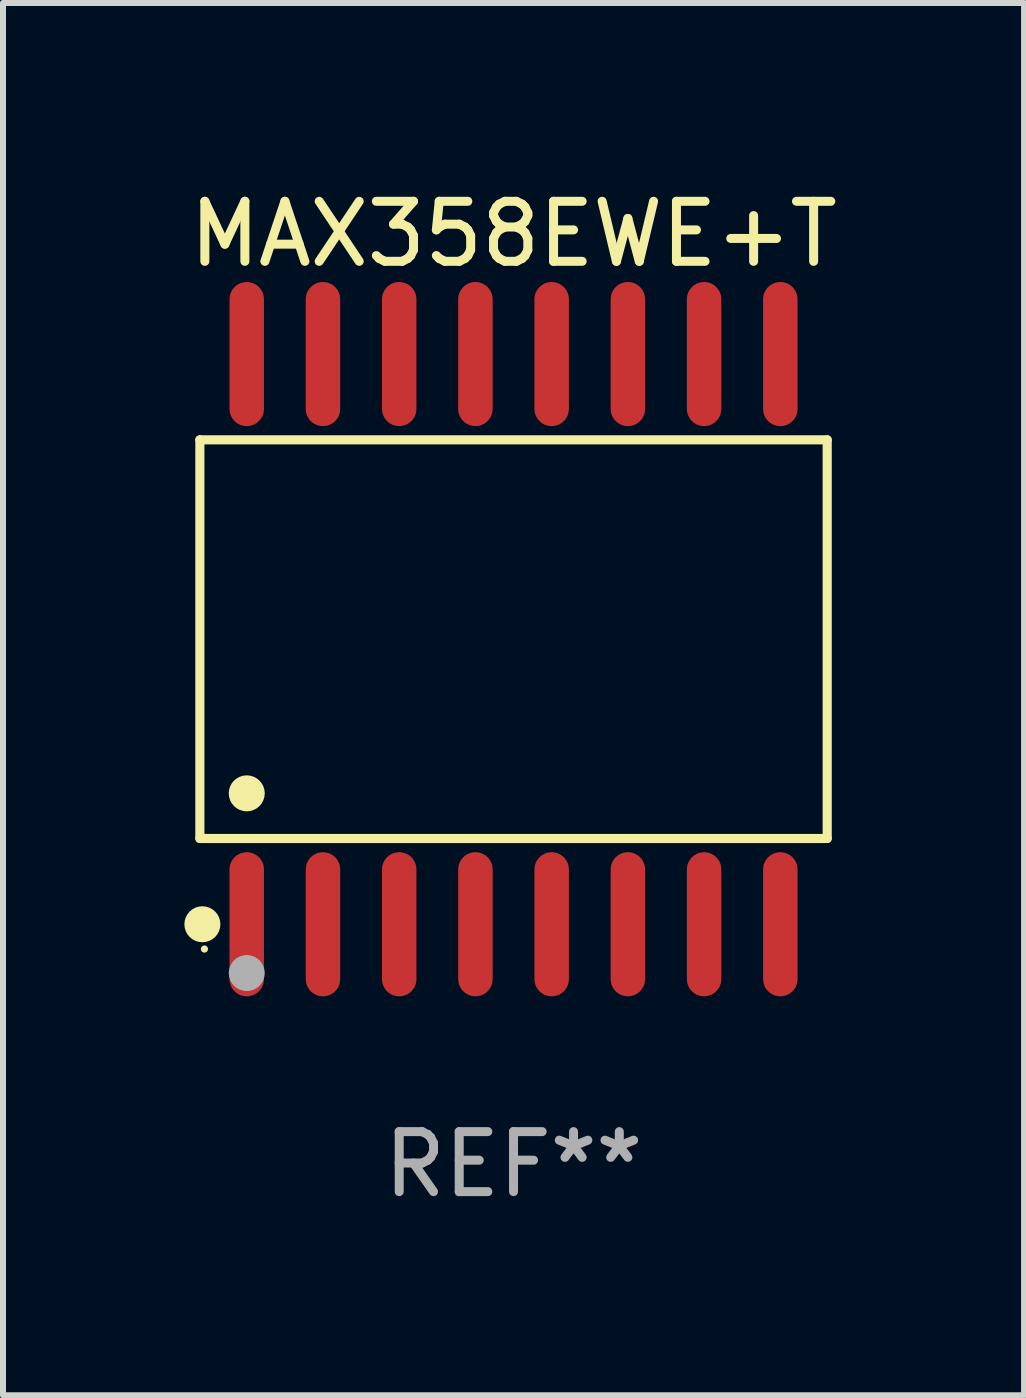
<source format=kicad_pcb>
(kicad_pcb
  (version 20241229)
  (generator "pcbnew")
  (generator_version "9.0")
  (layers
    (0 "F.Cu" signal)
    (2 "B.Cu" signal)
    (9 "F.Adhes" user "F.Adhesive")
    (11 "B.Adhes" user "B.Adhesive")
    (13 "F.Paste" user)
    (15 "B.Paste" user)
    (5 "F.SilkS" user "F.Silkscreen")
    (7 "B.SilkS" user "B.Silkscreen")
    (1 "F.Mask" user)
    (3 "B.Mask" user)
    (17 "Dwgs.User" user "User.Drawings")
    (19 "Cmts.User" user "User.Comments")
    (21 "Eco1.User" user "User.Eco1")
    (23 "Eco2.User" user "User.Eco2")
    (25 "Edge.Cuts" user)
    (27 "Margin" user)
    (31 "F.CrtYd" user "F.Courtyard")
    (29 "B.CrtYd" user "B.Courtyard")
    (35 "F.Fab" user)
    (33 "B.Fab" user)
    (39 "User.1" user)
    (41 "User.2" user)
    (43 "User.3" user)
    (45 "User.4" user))
  (footprint "MAX358EWE+T"
    (layer "F.Cu")
    (at 5.506 7.599)
    (property "Reference" "MAX358EWE+T" (at 0 -6.75 0) (layer "F.SilkS") (effects (font (size 1 1) (thickness 0.15))))
    (attr through_hole)
    (fp_line (start -5.226 -3.321) (end 5.226 -3.321) (stroke (width 0.152) (type solid)) (layer "F.SilkS"))
    (fp_line (start -5.226 3.321) (end -5.226 -3.321) (stroke (width 0.152) (type solid)) (layer "F.SilkS"))
    (fp_line (start 5.226 -3.321) (end 5.226 3.321) (stroke (width 0.152) (type solid)) (layer "F.SilkS"))
    (fp_line (start 5.226 3.321) (end -5.226 3.321) (stroke (width 0.152) (type solid)) (layer "F.SilkS"))
    (fp_circle (center -5.184 4.75) (end -5.034 4.75) (stroke (width 0.3) (type solid)) (fill no) (layer "F.SilkS"))
    (fp_circle (center -5.15 5.163) (end -5.12 5.163) (stroke (width 0.06) (type solid)) (fill no) (layer "F.SilkS"))
    (fp_circle (center -4.445 2.569) (end -4.295 2.569) (stroke (width 0.3) (type solid)) (fill no) (layer "F.SilkS"))
    (fp_circle (center -4.445 5.563) (end -4.295 5.563) (stroke (width 0.3) (type solid)) (fill no) (layer "F.Fab"))
    (fp_text user "REF**" (at 0 8.75 0) (layer "F.Fab") (effects (font (size 1 1) (thickness 0.15))))
    (pad "1" smd oval (at -4.445 4.75) (size 0.574 2.401) (layers "F.Cu" "F.Mask" "F.Paste"))
    (pad "2" smd oval (at -3.175 4.75) (size 0.574 2.401) (layers "F.Cu" "F.Mask" "F.Paste"))
    (pad "3" smd oval (at -1.905 4.75) (size 0.574 2.401) (layers "F.Cu" "F.Mask" "F.Paste"))
    (pad "4" smd oval (at -0.635 4.75) (size 0.574 2.401) (layers "F.Cu" "F.Mask" "F.Paste"))
    (pad "5" smd oval (at 0.635 4.75) (size 0.574 2.401) (layers "F.Cu" "F.Mask" "F.Paste"))
    (pad "6" smd oval (at 1.905 4.75) (size 0.574 2.401) (layers "F.Cu" "F.Mask" "F.Paste"))
    (pad "7" smd oval (at 3.175 4.75) (size 0.574 2.401) (layers "F.Cu" "F.Mask" "F.Paste"))
    (pad "8" smd oval (at 4.445 4.75) (size 0.574 2.401) (layers "F.Cu" "F.Mask" "F.Paste"))
    (pad "9" smd oval (at 4.445 -4.75) (size 0.574 2.401) (layers "F.Cu" "F.Mask" "F.Paste"))
    (pad "10" smd oval (at 3.175 -4.75) (size 0.574 2.401) (layers "F.Cu" "F.Mask" "F.Paste"))
    (pad "11" smd oval (at 1.905 -4.75) (size 0.574 2.401) (layers "F.Cu" "F.Mask" "F.Paste"))
    (pad "12" smd oval (at 0.635 -4.75) (size 0.574 2.401) (layers "F.Cu" "F.Mask" "F.Paste"))
    (pad "13" smd oval (at -0.635 -4.75) (size 0.574 2.401) (layers "F.Cu" "F.Mask" "F.Paste"))
    (pad "14" smd oval (at -1.905 -4.75) (size 0.574 2.401) (layers "F.Cu" "F.Mask" "F.Paste"))
    (pad "15" smd oval (at -3.175 -4.75) (size 0.574 2.401) (layers "F.Cu" "F.Mask" "F.Paste"))
    (pad "16" smd oval (at -4.445 -4.75) (size 0.574 2.401) (layers "F.Cu" "F.Mask" "F.Paste")))
  (gr_rect
    (start -3 -3)
    (end 14.012 20.197)
    (stroke (width 0.1) (type default))
    (fill no)
    (layer "Edge.Cuts")))
</source>
